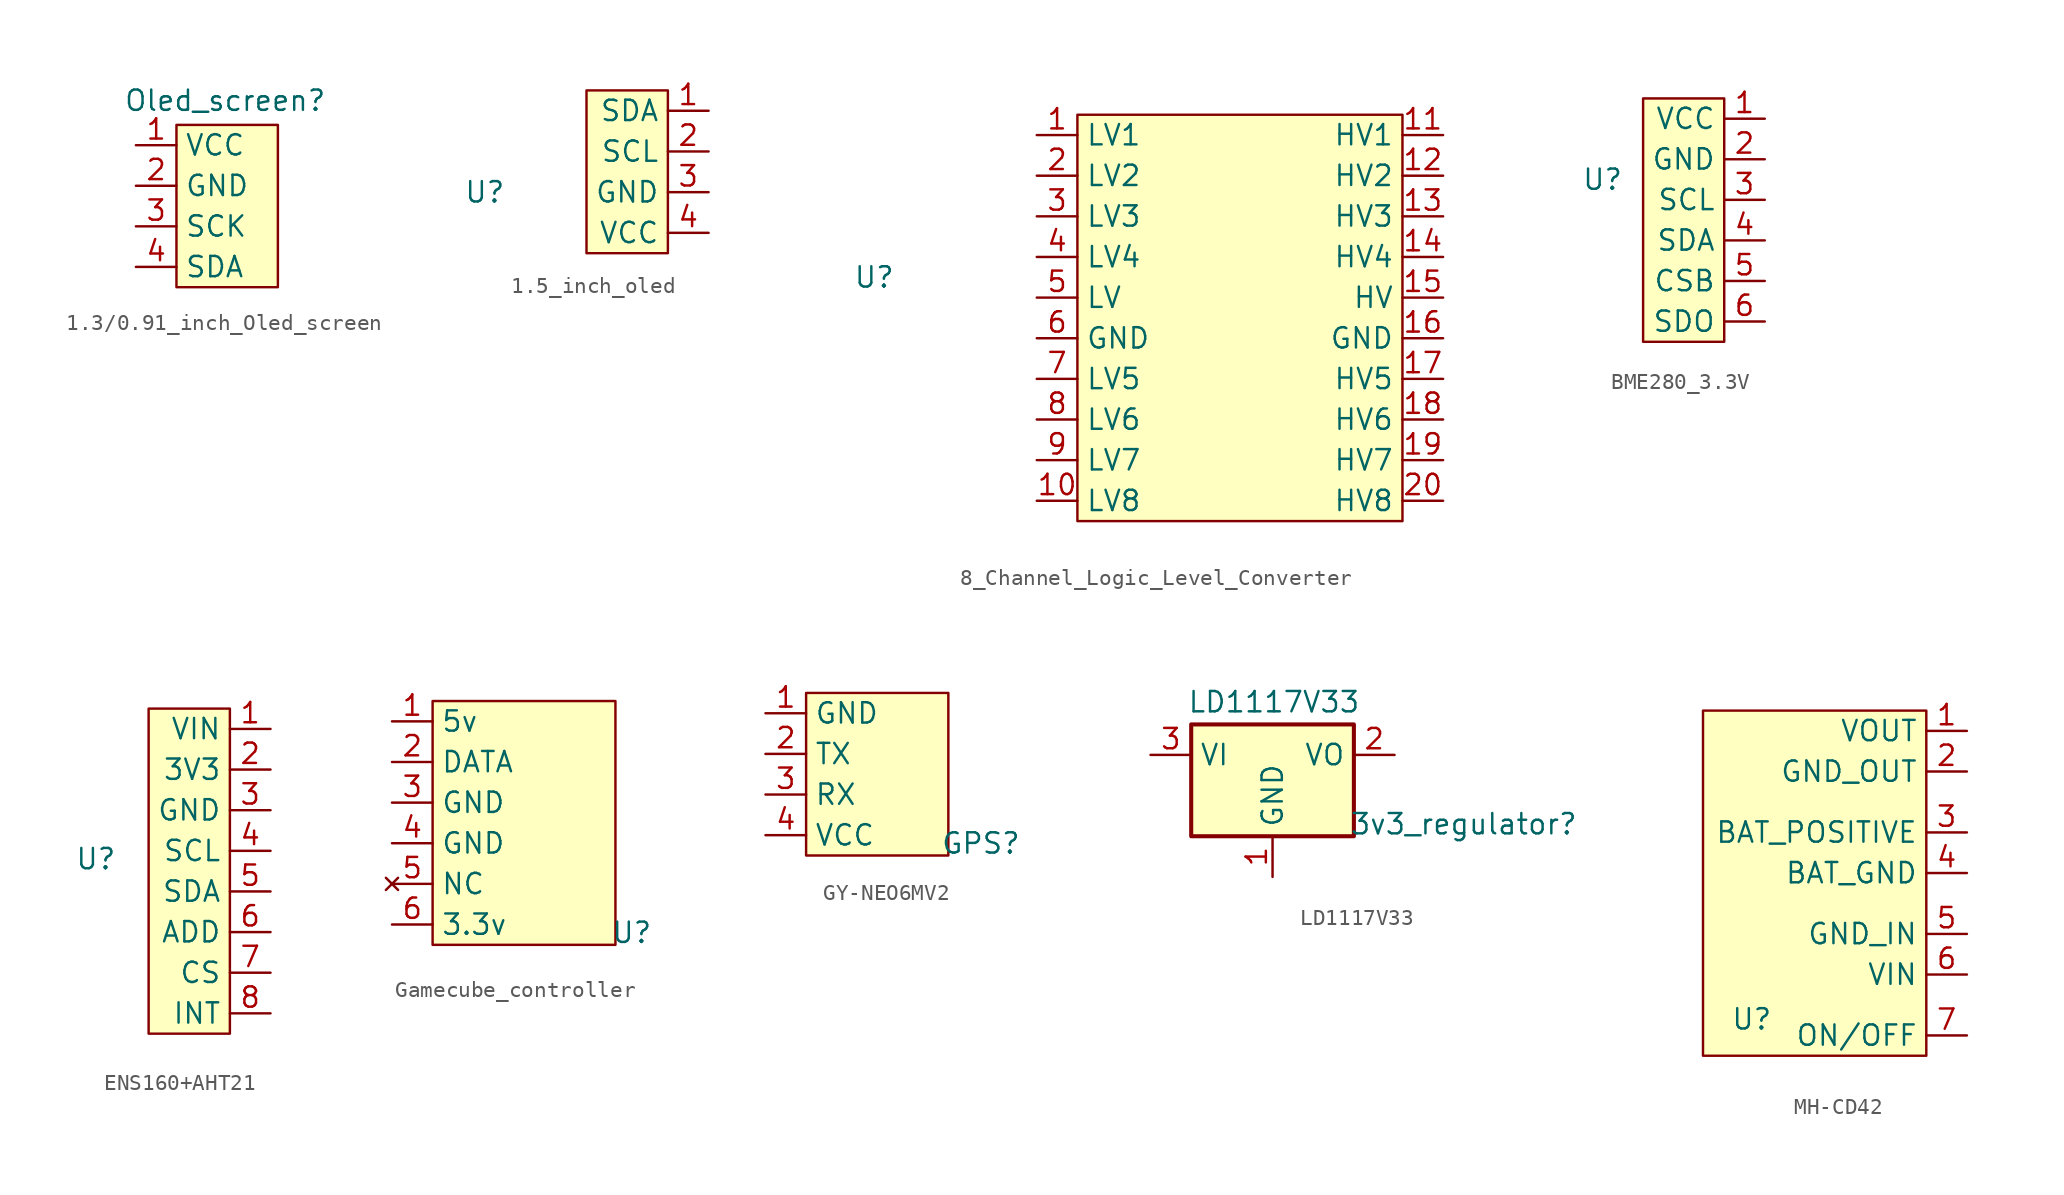
<source format=kicad_sym>
(kicad_symbol_lib
  (version 20231120)
  (generator "kicad_symbol_editor")
  (generator_version "8.0")
  (symbol "1.3/0.91_inch_Oled_screen"
    (property "Reference" "Oled_screen"
      (at 4.318 5.334 0)
      (effects (font (size 1.27 1.27))))
    (property "Value" ""
      (at 0 0 0)
      (effects (font (size 1.27 1.27))))
    (symbol "1.3/0.91_inch_Oled_screen_0_1"
      (rectangle (start 1.27 3.81) (end 7.62 -6.35) (stroke (width 0) (type default)) (fill (type background))))
    (symbol "1.3/0.91_inch_Oled_screen_1_1"
      (pin power_in line (at -1.27 2.54 0) (length 2.54) (name "VCC" (effects (font (size 1.27 1.27)))) (number "1" (effects (font (size 1.27 1.27)))))
      (pin power_in line (at -1.27 0 0) (length 2.54) (name "GND" (effects (font (size 1.27 1.27)))) (number "2" (effects (font (size 1.27 1.27)))))
      (pin passive line (at -1.27 -2.54 0) (length 2.54) (name "SCK" (effects (font (size 1.27 1.27)))) (number "3" (effects (font (size 1.27 1.27)))))
      (pin passive line (at -1.27 -5.08 0) (length 2.54) (name "SDA" (effects (font (size 1.27 1.27)))) (number "4" (effects (font (size 1.27 1.27)))))))
  (symbol "1.5_inch_oled"
    (property "Reference" "U"
      (at 0 0 0)
      (effects (font (size 1.27 1.27))))
    (property "Value" ""
      (at 0 0 0)
      (effects (font (size 1.27 1.27))))
    (symbol "1.5_inch_oled_0_1"
      (rectangle (start 6.35 6.35) (end 11.43 -3.81) (stroke (width 0) (type default)) (fill (type background))))
    (symbol "1.5_inch_oled_1_1"
      (pin input line (at 13.97 5.08 180) (length 2.54) (name "SDA" (effects (font (size 1.27 1.27)))) (number "1" (effects (font (size 1.27 1.27)))))
      (pin input line (at 13.97 2.54 180) (length 2.54) (name "SCL" (effects (font (size 1.27 1.27)))) (number "2" (effects (font (size 1.27 1.27)))))
      (pin input line (at 13.97 0 180) (length 2.54) (name "GND" (effects (font (size 1.27 1.27)))) (number "3" (effects (font (size 1.27 1.27)))))
      (pin input line (at 13.97 -2.54 180) (length 2.54) (name "VCC" (effects (font (size 1.27 1.27)))) (number "4" (effects (font (size 1.27 1.27)))))))
  (symbol "8_Channel_Logic_Level_Converter"
    (property "Reference" "U"
      (at 0 0 0)
      (effects (font (size 1.27 1.27))))
    (property "Value" ""
      (at 0 0 0)
      (effects (font (size 1.27 1.27))))
    (symbol "8_Channel_Logic_Level_Converter_0_1"
      (rectangle (start 12.7 10.16) (end 33.02 -15.24) (stroke (width 0) (type default)) (fill (type background))))
    (symbol "8_Channel_Logic_Level_Converter_1_1"
      (pin input line (at 10.16 8.89 0) (length 2.54) (name "LV1" (effects (font (size 1.27 1.27)))) (number "1" (effects (font (size 1.27 1.27)))))
      (pin input line (at 10.16 -13.97 0) (length 2.54) (name "LV8" (effects (font (size 1.27 1.27)))) (number "10" (effects (font (size 1.27 1.27)))))
      (pin input line (at 35.56 8.89 180) (length 2.54) (name "HV1" (effects (font (size 1.27 1.27)))) (number "11" (effects (font (size 1.27 1.27)))))
      (pin input line (at 35.56 6.35 180) (length 2.54) (name "HV2" (effects (font (size 1.27 1.27)))) (number "12" (effects (font (size 1.27 1.27)))))
      (pin input line (at 35.56 3.81 180) (length 2.54) (name "HV3" (effects (font (size 1.27 1.27)))) (number "13" (effects (font (size 1.27 1.27)))))
      (pin input line (at 35.56 1.27 180) (length 2.54) (name "HV4" (effects (font (size 1.27 1.27)))) (number "14" (effects (font (size 1.27 1.27)))))
      (pin input line (at 35.56 -1.27 180) (length 2.54) (name "HV" (effects (font (size 1.27 1.27)))) (number "15" (effects (font (size 1.27 1.27)))))
      (pin input line (at 35.56 -3.81 180) (length 2.54) (name "GND" (effects (font (size 1.27 1.27)))) (number "16" (effects (font (size 1.27 1.27)))))
      (pin input line (at 35.56 -6.35 180) (length 2.54) (name "HV5" (effects (font (size 1.27 1.27)))) (number "17" (effects (font (size 1.27 1.27)))))
      (pin input line (at 35.56 -8.89 180) (length 2.54) (name "HV6" (effects (font (size 1.27 1.27)))) (number "18" (effects (font (size 1.27 1.27)))))
      (pin input line (at 35.56 -11.43 180) (length 2.54) (name "HV7" (effects (font (size 1.27 1.27)))) (number "19" (effects (font (size 1.27 1.27)))))
      (pin input line (at 10.16 6.35 0) (length 2.54) (name "LV2" (effects (font (size 1.27 1.27)))) (number "2" (effects (font (size 1.27 1.27)))))
      (pin input line (at 35.56 -13.97 180) (length 2.54) (name "HV8" (effects (font (size 1.27 1.27)))) (number "20" (effects (font (size 1.27 1.27)))))
      (pin input line (at 10.16 3.81 0) (length 2.54) (name "LV3" (effects (font (size 1.27 1.27)))) (number "3" (effects (font (size 1.27 1.27)))))
      (pin input line (at 10.16 1.27 0) (length 2.54) (name "LV4" (effects (font (size 1.27 1.27)))) (number "4" (effects (font (size 1.27 1.27)))))
      (pin input line (at 10.16 -1.27 0) (length 2.54) (name "LV" (effects (font (size 1.27 1.27)))) (number "5" (effects (font (size 1.27 1.27)))))
      (pin input line (at 10.16 -3.81 0) (length 2.54) (name "GND" (effects (font (size 1.27 1.27)))) (number "6" (effects (font (size 1.27 1.27)))))
      (pin input line (at 10.16 -6.35 0) (length 2.54) (name "LV5" (effects (font (size 1.27 1.27)))) (number "7" (effects (font (size 1.27 1.27)))))
      (pin input line (at 10.16 -8.89 0) (length 2.54) (name "LV6" (effects (font (size 1.27 1.27)))) (number "8" (effects (font (size 1.27 1.27)))))
      (pin input line (at 10.16 -11.43 0) (length 2.54) (name "LV7" (effects (font (size 1.27 1.27)))) (number "9" (effects (font (size 1.27 1.27)))))))
  (symbol "BME280_3.3V"
    (property "Reference" "U"
      (at 0 0 0)
      (effects (font (size 1.27 1.27))))
    (property "Value" ""
      (at 0 0 0)
      (effects (font (size 1.27 1.27))))
    (symbol "BME280_3.3V_0_1"
      (rectangle (start 2.54 5.08) (end 7.62 -10.16) (stroke (width 0) (type default)) (fill (type background))))
    (symbol "BME280_3.3V_1_1"
      (pin input line (at 10.16 3.81 180) (length 2.54) (name "VCC" (effects (font (size 1.27 1.27)))) (number "1" (effects (font (size 1.27 1.27)))))
      (pin input line (at 10.16 1.27 180) (length 2.54) (name "GND" (effects (font (size 1.27 1.27)))) (number "2" (effects (font (size 1.27 1.27)))))
      (pin input line (at 10.16 -1.27 180) (length 2.54) (name "SCL" (effects (font (size 1.27 1.27)))) (number "3" (effects (font (size 1.27 1.27)))))
      (pin input line (at 10.16 -3.81 180) (length 2.54) (name "SDA" (effects (font (size 1.27 1.27)))) (number "4" (effects (font (size 1.27 1.27)))))
      (pin input line (at 10.16 -6.35 180) (length 2.54) (name "CSB" (effects (font (size 1.27 1.27)))) (number "5" (effects (font (size 1.27 1.27)))))
      (pin input line (at 10.16 -8.89 180) (length 2.54) (name "SDO" (effects (font (size 1.27 1.27)))) (number "6" (effects (font (size 1.27 1.27)))))))
  (symbol "ENS160+AHT21"
    (property "Reference" "U"
      (at -2.032 -4.318 0)
      (effects (font (size 1.27 1.27))))
    (property "Value" ""
      (at 0 0 0)
      (effects (font (size 1.27 1.27))))
    (symbol "ENS160+AHT21_0_1"
      (rectangle (start 1.27 5.08) (end 6.35 -15.24) (stroke (width 0) (type default)) (fill (type background))))
    (symbol "ENS160+AHT21_1_1"
      (pin input line (at 8.89 3.81 180) (length 2.54) (name "VIN" (effects (font (size 1.27 1.27)))) (number "1" (effects (font (size 1.27 1.27)))))
      (pin input line (at 8.89 1.27 180) (length 2.54) (name "3V3" (effects (font (size 1.27 1.27)))) (number "2" (effects (font (size 1.27 1.27)))))
      (pin input line (at 8.89 -1.27 180) (length 2.54) (name "GND" (effects (font (size 1.27 1.27)))) (number "3" (effects (font (size 1.27 1.27)))))
      (pin input line (at 8.89 -3.81 180) (length 2.54) (name "SCL" (effects (font (size 1.27 1.27)))) (number "4" (effects (font (size 1.27 1.27)))))
      (pin input line (at 8.89 -6.35 180) (length 2.54) (name "SDA" (effects (font (size 1.27 1.27)))) (number "5" (effects (font (size 1.27 1.27)))))
      (pin input line (at 8.89 -8.89 180) (length 2.54) (name "ADD" (effects (font (size 1.27 1.27)))) (number "6" (effects (font (size 1.27 1.27)))))
      (pin input line (at 8.89 -11.43 180) (length 2.54) (name "CS" (effects (font (size 1.27 1.27)))) (number "7" (effects (font (size 1.27 1.27)))))
      (pin input line (at 8.89 -13.97 180) (length 2.54) (name "INT" (effects (font (size 1.27 1.27)))) (number "8" (effects (font (size 1.27 1.27)))))))
  (symbol "Gamecube_controller"
    (property "Reference" "U"
      (at 13.716 -10.668 0)
      (effects (font (size 1.27 1.27))))
    (property "Value" ""
      (at 0 0 0)
      (effects (font (size 1.27 1.27))))
    (symbol "Gamecube_controller_0_1"
      (rectangle (start 1.27 3.81) (end 12.7 -11.43) (stroke (width 0) (type default)) (fill (type background))))
    (symbol "Gamecube_controller_1_1"
      (pin power_in line (at -1.27 2.54 0) (length 2.54) (name "5v" (effects (font (size 1.27 1.27)))) (number "1" (effects (font (size 1.27 1.27)))))
      (pin passive line (at -1.27 0 0) (length 2.54) (name "DATA" (effects (font (size 1.27 1.27)))) (number "2" (effects (font (size 1.27 1.27)))))
      (pin passive line (at -1.27 -2.54 0) (length 2.54) (name "GND" (effects (font (size 1.27 1.27)))) (number "3" (effects (font (size 1.27 1.27)))))
      (pin passive line (at -1.27 -5.08 0) (length 2.54) (name "GND" (effects (font (size 1.27 1.27)))) (number "4" (effects (font (size 1.27 1.27)))))
      (pin no_connect line (at -1.27 -7.62 0) (length 2.54) (name "NC" (effects (font (size 1.27 1.27)))) (number "5" (effects (font (size 1.27 1.27)))))
      (pin power_in line (at -1.27 -10.16 0) (length 2.54) (name "3.3v" (effects (font (size 1.27 1.27)))) (number "6" (effects (font (size 1.27 1.27)))))))
  (symbol "GY-NEO6MV2"
    (property "Reference" "GPS"
      (at 13.462 -4.318 0)
      (effects (font (size 1.27 1.27))))
    (property "Value" ""
      (at 0 0 0)
      (effects (font (size 1.27 1.27))))
    (symbol "GY-NEO6MV2_0_1"
      (rectangle (start 2.54 5.08) (end 11.43 -5.08) (stroke (width 0) (type default)) (fill (type background))))
    (symbol "GY-NEO6MV2_1_1"
      (pin passive line (at 0 3.81 0) (length 2.54) (name "GND" (effects (font (size 1.27 1.27)))) (number "1" (effects (font (size 1.27 1.27)))))
      (pin passive line (at 0 1.27 0) (length 2.54) (name "TX" (effects (font (size 1.27 1.27)))) (number "2" (effects (font (size 1.27 1.27)))))
      (pin passive line (at 0 -1.27 0) (length 2.54) (name "RX" (effects (font (size 1.27 1.27)))) (number "3" (effects (font (size 1.27 1.27)))))
      (pin power_in line (at 0 -3.81 0) (length 2.54) (name "VCC" (effects (font (size 1.27 1.27)))) (number "4" (effects (font (size 1.27 1.27)))))))
  (symbol "LD1117V33"
    (property "Reference" "3v3_regulator"
      (at 11.938 -4.318 0)
      (effects (font (size 1.27 1.27))))
    (property "Value" "LD1117V33"
      (at -5.334 3.302 0)
      (effects (font (size 1.27 1.27)) (justify left)))
    (symbol "LD1117V33_0_1"
      (rectangle (start -5.08 -5.08) (end 5.08 1.905) (stroke (width 0.254) (type default)) (fill (type background))))
    (symbol "LD1117V33_1_1"
      (pin power_in line (at 0 -7.62 90) (length 2.54) (name "GND" (effects (font (size 1.27 1.27)))) (number "1" (effects (font (size 1.27 1.27)))))
      (pin power_out line (at 7.62 0 180) (length 2.54) (name "VO" (effects (font (size 1.27 1.27)))) (number "2" (effects (font (size 1.27 1.27)))))
      (pin power_in line (at -7.62 0 0) (length 2.54) (name "VI" (effects (font (size 1.27 1.27)))) (number "3" (effects (font (size 1.27 1.27)))))))
  (symbol "MH-CD42"
    (property "Reference" "U"
      (at -2.032 -19.304 0)
      (effects (font (size 1.27 1.27))))
    (property "Value" ""
      (at 0 0 0)
      (effects (font (size 1.27 1.27))))
    (symbol "MH-CD42_0_1"
      (rectangle (start -5.08 0) (end 8.89 -21.59) (stroke (width 0) (type default)) (fill (type background))))
    (symbol "MH-CD42_1_1"
      (pin power_out line (at 11.43 -1.27 180) (length 2.54) (name "VOUT" (effects (font (size 1.27 1.27)))) (number "1" (effects (font (size 1.27 1.27)))))
      (pin power_out line (at 11.43 -3.81 180) (length 2.54) (name "GND_OUT" (effects (font (size 1.27 1.27)))) (number "2" (effects (font (size 1.27 1.27)))))
      (pin passive line (at 11.43 -7.62 180) (length 2.54) (name "BAT_POSITIVE" (effects (font (size 1.27 1.27)))) (number "3" (effects (font (size 1.27 1.27)))))
      (pin passive line (at 11.43 -10.16 180) (length 2.54) (name "BAT_GND" (effects (font (size 1.27 1.27)))) (number "4" (effects (font (size 1.27 1.27)))))
      (pin power_in line (at 11.43 -13.97 180) (length 2.54) (name "GND_IN" (effects (font (size 1.27 1.27)))) (number "5" (effects (font (size 1.27 1.27)))))
      (pin power_in line (at 11.43 -16.51 180) (length 2.54) (name "VIN" (effects (font (size 1.27 1.27)))) (number "6" (effects (font (size 1.27 1.27)))))
      (pin input line (at 11.43 -20.32 180) (length 2.54) (name "ON/OFF" (effects (font (size 1.27 1.27)))) (number "7" (effects (font (size 1.27 1.27))))))))
</source>
